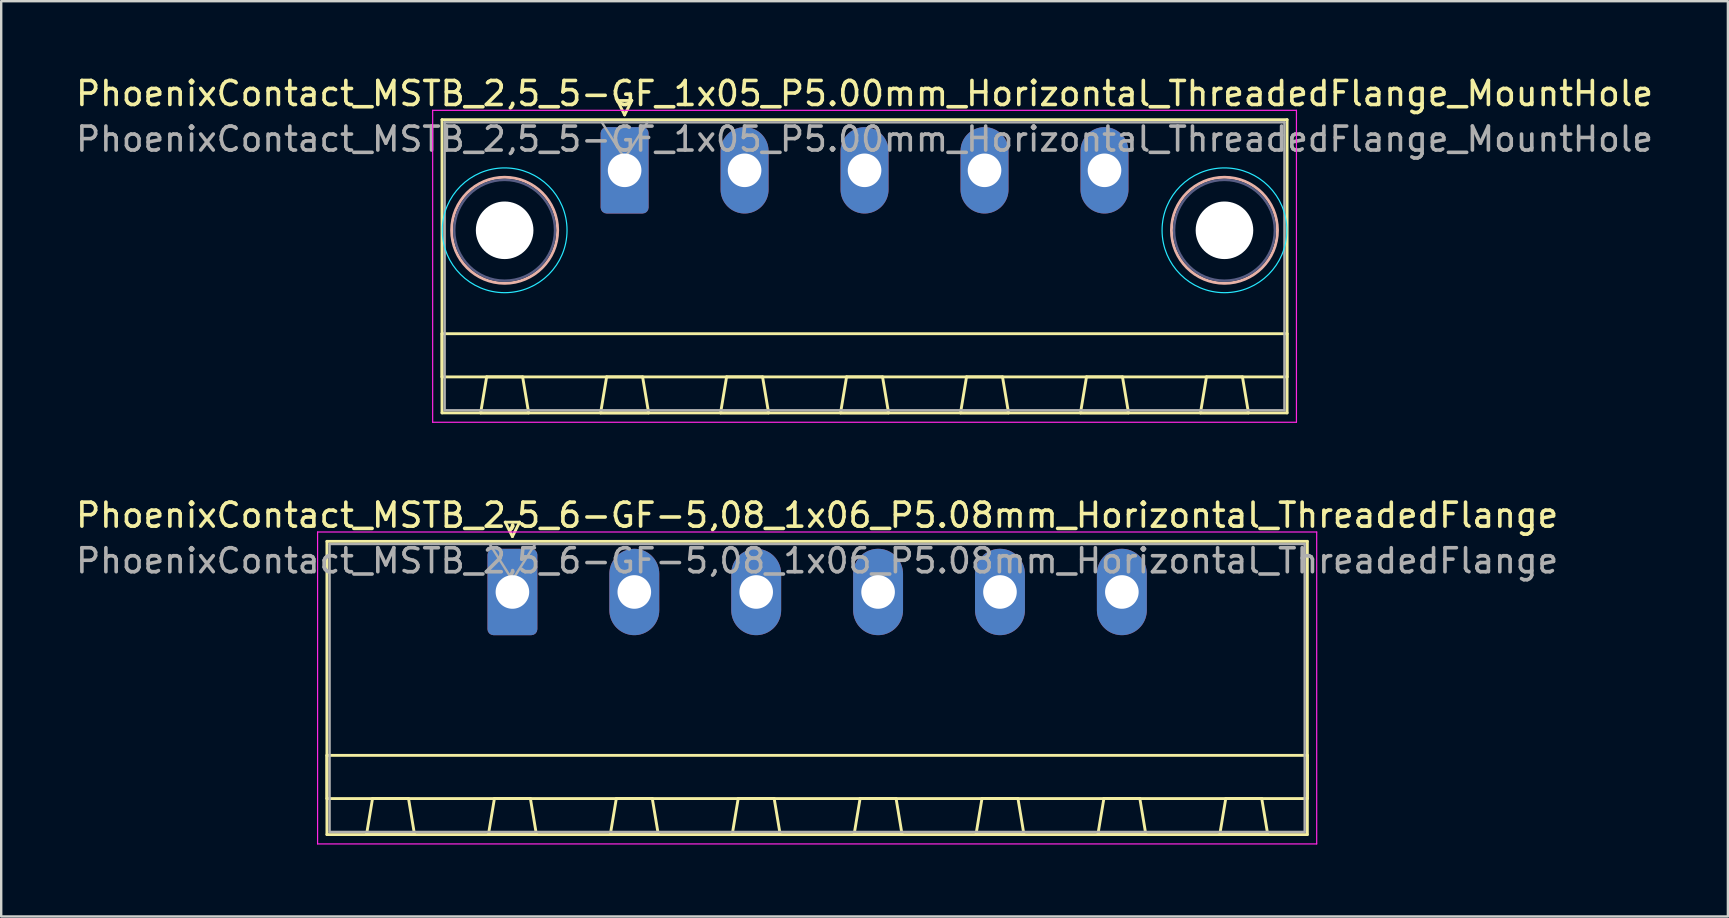
<source format=kicad_pcb>
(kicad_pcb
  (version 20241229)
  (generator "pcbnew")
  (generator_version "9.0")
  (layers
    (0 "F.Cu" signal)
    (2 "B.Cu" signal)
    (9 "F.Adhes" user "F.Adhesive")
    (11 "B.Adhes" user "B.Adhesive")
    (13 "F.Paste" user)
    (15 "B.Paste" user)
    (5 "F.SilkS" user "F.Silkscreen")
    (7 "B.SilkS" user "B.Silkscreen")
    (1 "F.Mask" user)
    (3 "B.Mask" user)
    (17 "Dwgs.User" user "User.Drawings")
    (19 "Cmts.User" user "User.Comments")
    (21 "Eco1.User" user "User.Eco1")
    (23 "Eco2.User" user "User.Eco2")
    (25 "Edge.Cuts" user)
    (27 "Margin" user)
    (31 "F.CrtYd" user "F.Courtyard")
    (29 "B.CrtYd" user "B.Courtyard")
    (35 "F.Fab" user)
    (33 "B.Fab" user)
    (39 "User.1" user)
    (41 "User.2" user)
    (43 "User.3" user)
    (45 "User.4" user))
  (footprint "PhoenixContact_MSTB_2,5_6-GF-5,08_1x06_P5.08mm_Horizontal_ThreadedFlange"
    (layer "F.Cu")
    (at 18.306 21.622)
    (property "Reference" "PhoenixContact_MSTB_2,5_6-GF-5,08_1x06_P5.08mm_Horizontal_ThreadedFlange" (at 12.7 -3.2 0) (layer "F.SilkS") (effects (font (size 1 1) (thickness 0.15))))
    (attr through_hole)
    (fp_line (start -7.73 -2.11) (end -7.73 10.11) (stroke (width 0.12) (type solid)) (layer "F.SilkS"))
    (fp_line (start -7.73 6.81) (end 33.13 6.81) (stroke (width 0.12) (type solid)) (layer "F.SilkS"))
    (fp_line (start -7.73 8.61) (end -7.73 6.81) (stroke (width 0.12) (type solid)) (layer "F.SilkS"))
    (fp_line (start -7.73 10.11) (end 33.13 10.11) (stroke (width 0.12) (type solid)) (layer "F.SilkS"))
    (fp_line (start -6.08 10.11) (end -4.08 10.11) (stroke (width 0.12) (type solid)) (layer "F.SilkS"))
    (fp_line (start -5.83 8.61) (end -6.08 10.11) (stroke (width 0.12) (type solid)) (layer "F.SilkS"))
    (fp_line (start -4.33 8.61) (end -5.83 8.61) (stroke (width 0.12) (type solid)) (layer "F.SilkS"))
    (fp_line (start -4.08 10.11) (end -4.33 8.61) (stroke (width 0.12) (type solid)) (layer "F.SilkS"))
    (fp_line (start -1 10.11) (end 1 10.11) (stroke (width 0.12) (type solid)) (layer "F.SilkS"))
    (fp_line (start -0.75 8.61) (end -1 10.11) (stroke (width 0.12) (type solid)) (layer "F.SilkS"))
    (fp_line (start -0.3 -2.91) (end 0.3 -2.91) (stroke (width 0.12) (type solid)) (layer "F.SilkS"))
    (fp_line (start 0 -2.31) (end -0.3 -2.91) (stroke (width 0.12) (type solid)) (layer "F.SilkS"))
    (fp_line (start 0.3 -2.91) (end 0 -2.31) (stroke (width 0.12) (type solid)) (layer "F.SilkS"))
    (fp_line (start 0.75 8.61) (end -0.75 8.61) (stroke (width 0.12) (type solid)) (layer "F.SilkS"))
    (fp_line (start 1 10.11) (end 0.75 8.61) (stroke (width 0.12) (type solid)) (layer "F.SilkS"))
    (fp_line (start 4.08 10.11) (end 6.08 10.11) (stroke (width 0.12) (type solid)) (layer "F.SilkS"))
    (fp_line (start 4.33 8.61) (end 4.08 10.11) (stroke (width 0.12) (type solid)) (layer "F.SilkS"))
    (fp_line (start 5.83 8.61) (end 4.33 8.61) (stroke (width 0.12) (type solid)) (layer "F.SilkS"))
    (fp_line (start 6.08 10.11) (end 5.83 8.61) (stroke (width 0.12) (type solid)) (layer "F.SilkS"))
    (fp_line (start 9.16 10.11) (end 11.16 10.11) (stroke (width 0.12) (type solid)) (layer "F.SilkS"))
    (fp_line (start 9.41 8.61) (end 9.16 10.11) (stroke (width 0.12) (type solid)) (layer "F.SilkS"))
    (fp_line (start 10.91 8.61) (end 9.41 8.61) (stroke (width 0.12) (type solid)) (layer "F.SilkS"))
    (fp_line (start 11.16 10.11) (end 10.91 8.61) (stroke (width 0.12) (type solid)) (layer "F.SilkS"))
    (fp_line (start 14.24 10.11) (end 16.24 10.11) (stroke (width 0.12) (type solid)) (layer "F.SilkS"))
    (fp_line (start 14.49 8.61) (end 14.24 10.11) (stroke (width 0.12) (type solid)) (layer "F.SilkS"))
    (fp_line (start 15.99 8.61) (end 14.49 8.61) (stroke (width 0.12) (type solid)) (layer "F.SilkS"))
    (fp_line (start 16.24 10.11) (end 15.99 8.61) (stroke (width 0.12) (type solid)) (layer "F.SilkS"))
    (fp_line (start 19.32 10.11) (end 21.32 10.11) (stroke (width 0.12) (type solid)) (layer "F.SilkS"))
    (fp_line (start 19.57 8.61) (end 19.32 10.11) (stroke (width 0.12) (type solid)) (layer "F.SilkS"))
    (fp_line (start 21.07 8.61) (end 19.57 8.61) (stroke (width 0.12) (type solid)) (layer "F.SilkS"))
    (fp_line (start 21.32 10.11) (end 21.07 8.61) (stroke (width 0.12) (type solid)) (layer "F.SilkS"))
    (fp_line (start 24.4 10.11) (end 26.4 10.11) (stroke (width 0.12) (type solid)) (layer "F.SilkS"))
    (fp_line (start 24.65 8.61) (end 24.4 10.11) (stroke (width 0.12) (type solid)) (layer "F.SilkS"))
    (fp_line (start 26.15 8.61) (end 24.65 8.61) (stroke (width 0.12) (type solid)) (layer "F.SilkS"))
    (fp_line (start 26.4 10.11) (end 26.15 8.61) (stroke (width 0.12) (type solid)) (layer "F.SilkS"))
    (fp_line (start 29.48 10.11) (end 31.48 10.11) (stroke (width 0.12) (type solid)) (layer "F.SilkS"))
    (fp_line (start 29.73 8.61) (end 29.48 10.11) (stroke (width 0.12) (type solid)) (layer "F.SilkS"))
    (fp_line (start 31.23 8.61) (end 29.73 8.61) (stroke (width 0.12) (type solid)) (layer "F.SilkS"))
    (fp_line (start 31.48 10.11) (end 31.23 8.61) (stroke (width 0.12) (type solid)) (layer "F.SilkS"))
    (fp_line (start 33.13 -2.11) (end -7.73 -2.11) (stroke (width 0.12) (type solid)) (layer "F.SilkS"))
    (fp_line (start 33.13 6.81) (end 33.13 8.61) (stroke (width 0.12) (type solid)) (layer "F.SilkS"))
    (fp_line (start 33.13 8.61) (end -7.73 8.61) (stroke (width 0.12) (type solid)) (layer "F.SilkS"))
    (fp_line (start 33.13 10.11) (end 33.13 -2.11) (stroke (width 0.12) (type solid)) (layer "F.SilkS"))
    (fp_line (start -8.12 -2.5) (end -8.12 10.5) (stroke (width 0.05) (type solid)) (layer "F.CrtYd"))
    (fp_line (start -8.12 10.5) (end 33.52 10.5) (stroke (width 0.05) (type solid)) (layer "F.CrtYd"))
    (fp_line (start 33.52 -2.5) (end -8.12 -2.5) (stroke (width 0.05) (type solid)) (layer "F.CrtYd"))
    (fp_line (start 33.52 10.5) (end 33.52 -2.5) (stroke (width 0.05) (type solid)) (layer "F.CrtYd"))
    (fp_line (start -7.62 -2) (end -7.62 10) (stroke (width 0.1) (type solid)) (layer "F.Fab"))
    (fp_line (start -7.62 10) (end 33.02 10) (stroke (width 0.1) (type solid)) (layer "F.Fab"))
    (fp_line (start 0 -0.5) (end -0.95 -2) (stroke (width 0.1) (type solid)) (layer "F.Fab"))
    (fp_line (start 0.95 -2) (end 0 -0.5) (stroke (width 0.1) (type solid)) (layer "F.Fab"))
    (fp_line (start 33.02 -2) (end -7.62 -2) (stroke (width 0.1) (type solid)) (layer "F.Fab"))
    (fp_line (start 33.02 10) (end 33.02 -2) (stroke (width 0.1) (type solid)) (layer "F.Fab"))
    (fp_text user "${REFERENCE}" (at 12.7 -1.3 0) (layer "F.Fab") (effects (font (size 1 1) (thickness 0.15))))
    (pad "1" thru_hole roundrect (at 0 0) (size 2.08 3.6) (drill 1.4) (layers "*.Cu" "*.Mask") (roundrect_rratio 0.12))
    (pad "2" thru_hole oval (at 5.08 0) (size 2.08 3.6) (drill 1.4) (layers "*.Cu" "*.Mask"))
    (pad "3" thru_hole oval (at 10.16 0) (size 2.08 3.6) (drill 1.4) (layers "*.Cu" "*.Mask"))
    (pad "4" thru_hole oval (at 15.24 0) (size 2.08 3.6) (drill 1.4) (layers "*.Cu" "*.Mask"))
    (pad "5" thru_hole oval (at 20.32 0) (size 2.08 3.6) (drill 1.4) (layers "*.Cu" "*.Mask"))
    (pad "6" thru_hole oval (at 25.4 0) (size 2.08 3.6) (drill 1.4) (layers "*.Cu" "*.Mask")))
  (footprint "PhoenixContact_MSTB_2,5_5-GF_1x05_P5.00mm_Horizontal_ThreadedFlange_MountHole"
    (layer "F.Cu")
    (at 22.982 4.048)
    (property "Reference" "PhoenixContact_MSTB_2,5_5-GF_1x05_P5.00mm_Horizontal_ThreadedFlange_MountHole" (at 10 -3.2 0) (layer "F.SilkS") (effects (font (size 1 1) (thickness 0.15))))
    (attr through_hole)
    (fp_line (start -7.61 -2.11) (end -7.61 10.11) (stroke (width 0.12) (type solid)) (layer "F.SilkS"))
    (fp_line (start -7.61 6.81) (end 27.61 6.81) (stroke (width 0.12) (type solid)) (layer "F.SilkS"))
    (fp_line (start -7.61 8.61) (end -7.61 6.81) (stroke (width 0.12) (type solid)) (layer "F.SilkS"))
    (fp_line (start -7.61 10.11) (end 27.61 10.11) (stroke (width 0.12) (type solid)) (layer "F.SilkS"))
    (fp_line (start -6 10.11) (end -4 10.11) (stroke (width 0.12) (type solid)) (layer "F.SilkS"))
    (fp_line (start -5.75 8.61) (end -6 10.11) (stroke (width 0.12) (type solid)) (layer "F.SilkS"))
    (fp_line (start -4.25 8.61) (end -5.75 8.61) (stroke (width 0.12) (type solid)) (layer "F.SilkS"))
    (fp_line (start -4 10.11) (end -4.25 8.61) (stroke (width 0.12) (type solid)) (layer "F.SilkS"))
    (fp_line (start -1 10.11) (end 1 10.11) (stroke (width 0.12) (type solid)) (layer "F.SilkS"))
    (fp_line (start -0.75 8.61) (end -1 10.11) (stroke (width 0.12) (type solid)) (layer "F.SilkS"))
    (fp_line (start -0.3 -2.91) (end 0.3 -2.91) (stroke (width 0.12) (type solid)) (layer "F.SilkS"))
    (fp_line (start 0 -2.31) (end -0.3 -2.91) (stroke (width 0.12) (type solid)) (layer "F.SilkS"))
    (fp_line (start 0.3 -2.91) (end 0 -2.31) (stroke (width 0.12) (type solid)) (layer "F.SilkS"))
    (fp_line (start 0.75 8.61) (end -0.75 8.61) (stroke (width 0.12) (type solid)) (layer "F.SilkS"))
    (fp_line (start 1 10.11) (end 0.75 8.61) (stroke (width 0.12) (type solid)) (layer "F.SilkS"))
    (fp_line (start 4 10.11) (end 6 10.11) (stroke (width 0.12) (type solid)) (layer "F.SilkS"))
    (fp_line (start 4.25 8.61) (end 4 10.11) (stroke (width 0.12) (type solid)) (layer "F.SilkS"))
    (fp_line (start 5.75 8.61) (end 4.25 8.61) (stroke (width 0.12) (type solid)) (layer "F.SilkS"))
    (fp_line (start 6 10.11) (end 5.75 8.61) (stroke (width 0.12) (type solid)) (layer "F.SilkS"))
    (fp_line (start 9 10.11) (end 11 10.11) (stroke (width 0.12) (type solid)) (layer "F.SilkS"))
    (fp_line (start 9.25 8.61) (end 9 10.11) (stroke (width 0.12) (type solid)) (layer "F.SilkS"))
    (fp_line (start 10.75 8.61) (end 9.25 8.61) (stroke (width 0.12) (type solid)) (layer "F.SilkS"))
    (fp_line (start 11 10.11) (end 10.75 8.61) (stroke (width 0.12) (type solid)) (layer "F.SilkS"))
    (fp_line (start 14 10.11) (end 16 10.11) (stroke (width 0.12) (type solid)) (layer "F.SilkS"))
    (fp_line (start 14.25 8.61) (end 14 10.11) (stroke (width 0.12) (type solid)) (layer "F.SilkS"))
    (fp_line (start 15.75 8.61) (end 14.25 8.61) (stroke (width 0.12) (type solid)) (layer "F.SilkS"))
    (fp_line (start 16 10.11) (end 15.75 8.61) (stroke (width 0.12) (type solid)) (layer "F.SilkS"))
    (fp_line (start 19 10.11) (end 21 10.11) (stroke (width 0.12) (type solid)) (layer "F.SilkS"))
    (fp_line (start 19.25 8.61) (end 19 10.11) (stroke (width 0.12) (type solid)) (layer "F.SilkS"))
    (fp_line (start 20.75 8.61) (end 19.25 8.61) (stroke (width 0.12) (type solid)) (layer "F.SilkS"))
    (fp_line (start 21 10.11) (end 20.75 8.61) (stroke (width 0.12) (type solid)) (layer "F.SilkS"))
    (fp_line (start 24 10.11) (end 26 10.11) (stroke (width 0.12) (type solid)) (layer "F.SilkS"))
    (fp_line (start 24.25 8.61) (end 24 10.11) (stroke (width 0.12) (type solid)) (layer "F.SilkS"))
    (fp_line (start 25.75 8.61) (end 24.25 8.61) (stroke (width 0.12) (type solid)) (layer "F.SilkS"))
    (fp_line (start 26 10.11) (end 25.75 8.61) (stroke (width 0.12) (type solid)) (layer "F.SilkS"))
    (fp_line (start 27.61 -2.11) (end -7.61 -2.11) (stroke (width 0.12) (type solid)) (layer "F.SilkS"))
    (fp_line (start 27.61 6.81) (end 27.61 8.61) (stroke (width 0.12) (type solid)) (layer "F.SilkS"))
    (fp_line (start 27.61 8.61) (end -7.61 8.61) (stroke (width 0.12) (type solid)) (layer "F.SilkS"))
    (fp_line (start 27.61 10.11) (end 27.61 -2.11) (stroke (width 0.12) (type solid)) (layer "F.SilkS"))
    (fp_circle (center -5 2.5) (end -2.79 2.5) (stroke (width 0.12) (type solid)) (fill no) (layer "B.SilkS"))
    (fp_circle (center 25 2.5) (end 27.21 2.5) (stroke (width 0.12) (type solid)) (fill no) (layer "B.SilkS"))
    (fp_circle (center -5 2.5) (end -2.4 2.5) (stroke (width 0.05) (type solid)) (fill no) (layer "B.CrtYd"))
    (fp_circle (center 25 2.5) (end 27.6 2.5) (stroke (width 0.05) (type solid)) (fill no) (layer "B.CrtYd"))
    (fp_line (start -8 -2.5) (end -8 10.5) (stroke (width 0.05) (type solid)) (layer "F.CrtYd"))
    (fp_line (start -8 10.5) (end 28 10.5) (stroke (width 0.05) (type solid)) (layer "F.CrtYd"))
    (fp_line (start 28 -2.5) (end -8 -2.5) (stroke (width 0.05) (type solid)) (layer "F.CrtYd"))
    (fp_line (start 28 10.5) (end 28 -2.5) (stroke (width 0.05) (type solid)) (layer "F.CrtYd"))
    (fp_circle (center -5 2.5) (end -2.9 2.5) (stroke (width 0.1) (type solid)) (fill no) (layer "B.Fab"))
    (fp_circle (center 25 2.5) (end 27.1 2.5) (stroke (width 0.1) (type solid)) (fill no) (layer "B.Fab"))
    (fp_line (start -7.5 -2) (end -7.5 10) (stroke (width 0.1) (type solid)) (layer "F.Fab"))
    (fp_line (start -7.5 10) (end 27.5 10) (stroke (width 0.1) (type solid)) (layer "F.Fab"))
    (fp_line (start 0 -0.5) (end -0.95 -2) (stroke (width 0.1) (type solid)) (layer "F.Fab"))
    (fp_line (start 0.95 -2) (end 0 -0.5) (stroke (width 0.1) (type solid)) (layer "F.Fab"))
    (fp_line (start 27.5 -2) (end -7.5 -2) (stroke (width 0.1) (type solid)) (layer "F.Fab"))
    (fp_line (start 27.5 10) (end 27.5 -2) (stroke (width 0.1) (type solid)) (layer "F.Fab"))
    (fp_text user "${REFERENCE}" (at 10 -1.3 0) (layer "F.Fab") (effects (font (size 1 1) (thickness 0.15))))
    (pad "" np_thru_hole circle (at -5 2.5) (size 2.4 2.4) (drill 2.4) (layers "*.Cu" "*.Mask"))
    (pad "" np_thru_hole circle (at 25 2.5) (size 2.4 2.4) (drill 2.4) (layers "*.Cu" "*.Mask"))
    (pad "1" thru_hole roundrect (at 0 0) (size 2 3.6) (drill 1.4) (layers "*.Cu" "*.Mask") (roundrect_rratio 0.125))
    (pad "2" thru_hole oval (at 5 0) (size 2 3.6) (drill 1.4) (layers "*.Cu" "*.Mask"))
    (pad "3" thru_hole oval (at 10 0) (size 2 3.6) (drill 1.4) (layers "*.Cu" "*.Mask"))
    (pad "4" thru_hole oval (at 15 0) (size 2 3.6) (drill 1.4) (layers "*.Cu" "*.Mask"))
    (pad "5" thru_hole oval (at 20 0) (size 2 3.6) (drill 1.4) (layers "*.Cu" "*.Mask")))
  (gr_rect
    (start -3 -3)
    (end 68.964 35.147)
    (stroke (width 0.1) (type default))
    (fill no)
    (layer "Edge.Cuts")))
</source>
